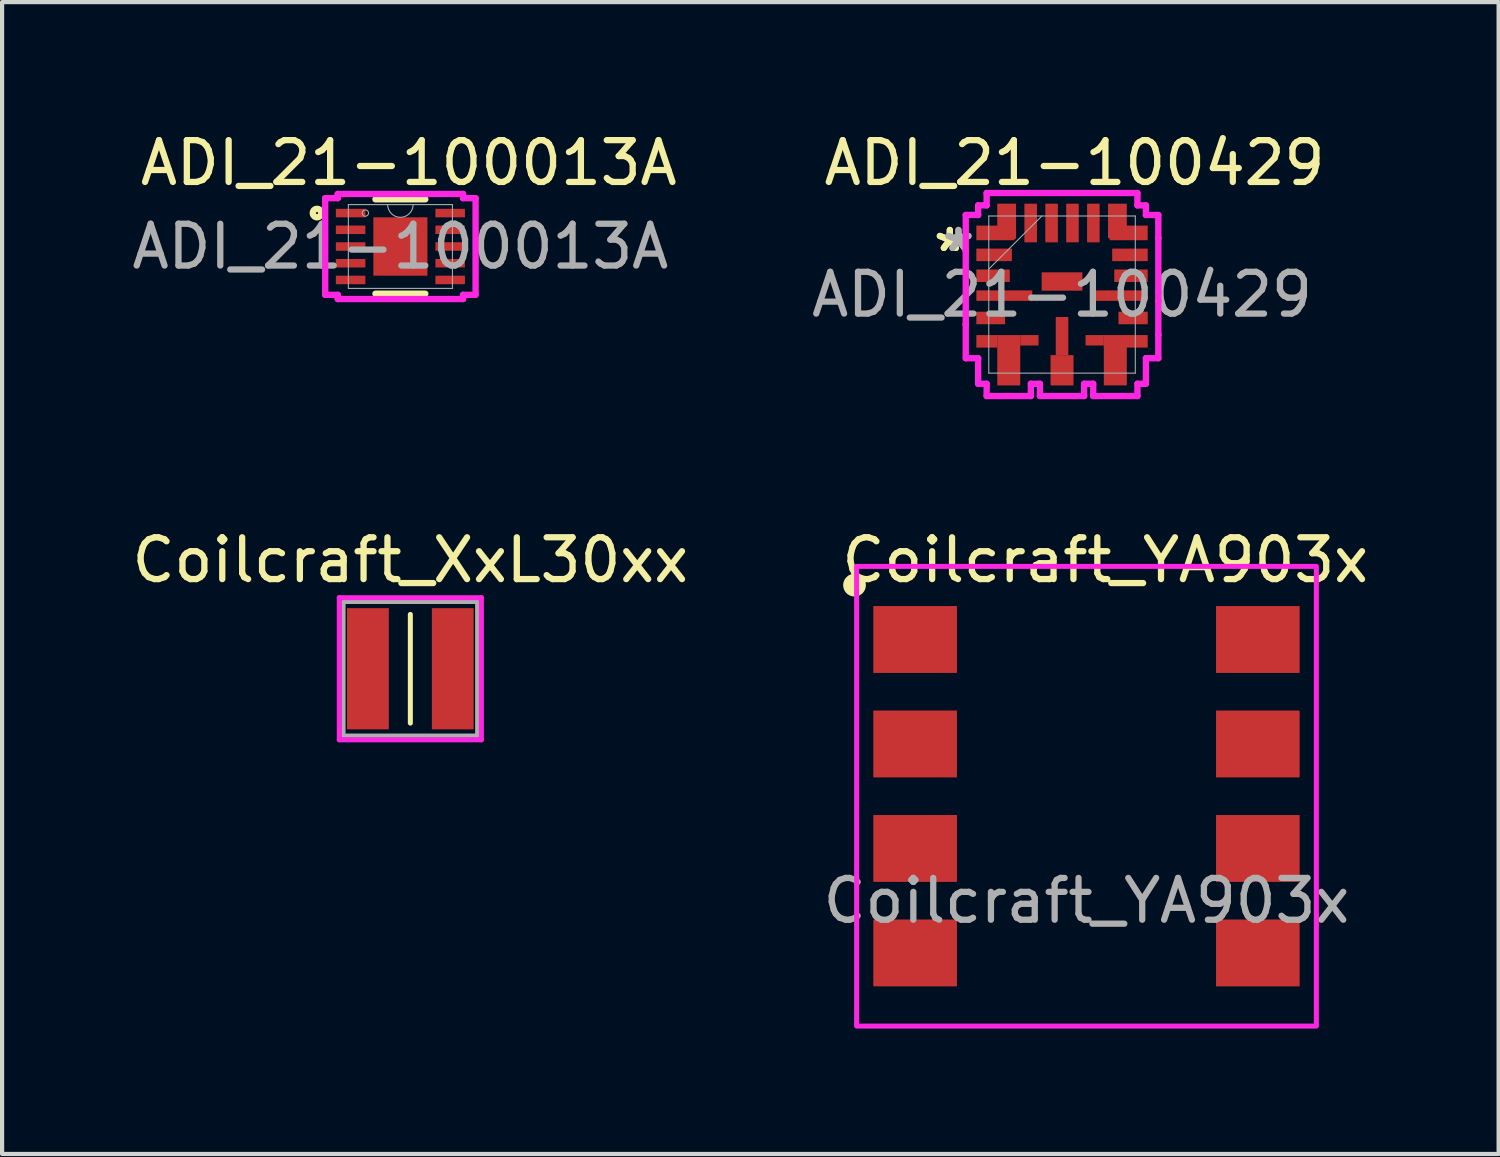
<source format=kicad_pcb>
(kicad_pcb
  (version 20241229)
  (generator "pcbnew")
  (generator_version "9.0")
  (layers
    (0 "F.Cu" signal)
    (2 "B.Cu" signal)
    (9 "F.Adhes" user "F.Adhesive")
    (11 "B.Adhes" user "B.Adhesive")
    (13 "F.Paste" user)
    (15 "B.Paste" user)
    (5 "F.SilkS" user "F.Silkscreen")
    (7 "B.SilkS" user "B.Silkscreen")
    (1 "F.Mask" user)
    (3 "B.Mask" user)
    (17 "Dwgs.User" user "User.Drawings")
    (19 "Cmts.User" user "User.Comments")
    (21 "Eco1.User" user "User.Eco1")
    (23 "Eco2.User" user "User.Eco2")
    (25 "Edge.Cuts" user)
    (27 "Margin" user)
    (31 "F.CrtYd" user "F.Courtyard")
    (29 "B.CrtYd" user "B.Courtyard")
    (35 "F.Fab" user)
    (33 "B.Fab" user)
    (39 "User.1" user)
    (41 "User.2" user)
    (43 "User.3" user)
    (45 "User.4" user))
  (footprint "ADI_21-100429"
    (layer "F.Cu")
    (at 22.361 3.998)
    (property "Reference" "ADI_21-100429" (at 0.3 -3.15 0) (unlocked yes) (layer "F.SilkS") (effects (font (size 1 1) (thickness 0.15))))
    (attr smd)
    (fp_line (start -2.304 -1.904) (end -2.304 -1.046) (stroke (width 0.152) (type solid)) (layer "F.CrtYd"))
    (fp_line (start -2.304 -1.046) (end -2.304 -1.046) (stroke (width 0.152) (type solid)) (layer "F.CrtYd"))
    (fp_line (start -2.304 -1.046) (end -2.304 0.715) (stroke (width 0.152) (type solid)) (layer "F.CrtYd"))
    (fp_line (start -2.304 0.715) (end -2.304 0.715) (stroke (width 0.152) (type solid)) (layer "F.CrtYd"))
    (fp_line (start -2.304 0.715) (end -2.304 1.523) (stroke (width 0.152) (type solid)) (layer "F.CrtYd"))
    (fp_line (start -2.304 1.523) (end -2.007 1.523) (stroke (width 0.152) (type solid)) (layer "F.CrtYd"))
    (fp_line (start -2.007 -2.134) (end -2.007 -1.904) (stroke (width 0.152) (type solid)) (layer "F.CrtYd"))
    (fp_line (start -2.007 -1.904) (end -2.304 -1.904) (stroke (width 0.152) (type solid)) (layer "F.CrtYd"))
    (fp_line (start -2.007 1.523) (end -2.007 2.134) (stroke (width 0.152) (type solid)) (layer "F.CrtYd"))
    (fp_line (start -2.007 2.134) (end -1.804 2.134) (stroke (width 0.152) (type solid)) (layer "F.CrtYd"))
    (fp_line (start -1.804 -2.429) (end -1.804 -2.134) (stroke (width 0.152) (type solid)) (layer "F.CrtYd"))
    (fp_line (start -1.804 -2.134) (end -2.007 -2.134) (stroke (width 0.152) (type solid)) (layer "F.CrtYd"))
    (fp_line (start -1.804 2.134) (end -1.804 2.428) (stroke (width 0.152) (type solid)) (layer "F.CrtYd"))
    (fp_line (start -1.804 2.428) (end -0.746 2.428) (stroke (width 0.152) (type solid)) (layer "F.CrtYd"))
    (fp_line (start -0.746 2.134) (end -0.529 2.134) (stroke (width 0.152) (type solid)) (layer "F.CrtYd"))
    (fp_line (start -0.746 2.428) (end -0.746 2.134) (stroke (width 0.152) (type solid)) (layer "F.CrtYd"))
    (fp_line (start -0.529 2.134) (end -0.529 2.428) (stroke (width 0.152) (type solid)) (layer "F.CrtYd"))
    (fp_line (start -0.529 2.428) (end 0.529 2.428) (stroke (width 0.152) (type solid)) (layer "F.CrtYd"))
    (fp_line (start 0.529 2.134) (end 0.746 2.134) (stroke (width 0.152) (type solid)) (layer "F.CrtYd"))
    (fp_line (start 0.529 2.428) (end 0.529 2.134) (stroke (width 0.152) (type solid)) (layer "F.CrtYd"))
    (fp_line (start 0.746 2.134) (end 0.746 2.428) (stroke (width 0.152) (type solid)) (layer "F.CrtYd"))
    (fp_line (start 0.746 2.428) (end 1.804 2.428) (stroke (width 0.152) (type solid)) (layer "F.CrtYd"))
    (fp_line (start 1.804 -2.429) (end -1.804 -2.429) (stroke (width 0.152) (type solid)) (layer "F.CrtYd"))
    (fp_line (start 1.804 -2.134) (end 1.804 -2.429) (stroke (width 0.152) (type solid)) (layer "F.CrtYd"))
    (fp_line (start 1.804 2.134) (end 2.007 2.134) (stroke (width 0.152) (type solid)) (layer "F.CrtYd"))
    (fp_line (start 1.804 2.428) (end 1.804 2.134) (stroke (width 0.152) (type solid)) (layer "F.CrtYd"))
    (fp_line (start 2.007 -2.134) (end 1.804 -2.134) (stroke (width 0.152) (type solid)) (layer "F.CrtYd"))
    (fp_line (start 2.007 -1.904) (end 2.007 -2.134) (stroke (width 0.152) (type solid)) (layer "F.CrtYd"))
    (fp_line (start 2.007 1.523) (end 2.304 1.523) (stroke (width 0.152) (type solid)) (layer "F.CrtYd"))
    (fp_line (start 2.007 2.134) (end 2.007 1.523) (stroke (width 0.152) (type solid)) (layer "F.CrtYd"))
    (fp_line (start 2.304 -1.904) (end 2.007 -1.904) (stroke (width 0.152) (type solid)) (layer "F.CrtYd"))
    (fp_line (start 2.304 -1.354) (end 2.304 -1.904) (stroke (width 0.152) (type solid)) (layer "F.CrtYd"))
    (fp_line (start 2.304 -1.354) (end 2.304 -1.354) (stroke (width 0.152) (type solid)) (layer "F.CrtYd"))
    (fp_line (start 2.304 -0.046) (end 2.304 -1.354) (stroke (width 0.152) (type solid)) (layer "F.CrtYd"))
    (fp_line (start 2.304 -0.046) (end 2.304 -0.046) (stroke (width 0.152) (type solid)) (layer "F.CrtYd"))
    (fp_line (start 2.304 0.156) (end 2.304 -0.046) (stroke (width 0.152) (type solid)) (layer "F.CrtYd"))
    (fp_line (start 2.304 0.156) (end 2.304 0.156) (stroke (width 0.152) (type solid)) (layer "F.CrtYd"))
    (fp_line (start 2.304 0.964) (end 2.304 0.156) (stroke (width 0.152) (type solid)) (layer "F.CrtYd"))
    (fp_line (start 2.304 0.964) (end 2.304 0.964) (stroke (width 0.152) (type solid)) (layer "F.CrtYd"))
    (fp_line (start 2.304 1.523) (end 2.304 0.964) (stroke (width 0.152) (type solid)) (layer "F.CrtYd"))
    (fp_line (start -1.753 -1.88) (end -1.753 1.88) (stroke (width 0.025) (type solid)) (layer "F.Fab"))
    (fp_line (start -1.753 -0.61) (end -0.483 -1.88) (stroke (width 0.025) (type solid)) (layer "F.Fab"))
    (fp_line (start -1.753 1.88) (end 1.753 1.88) (stroke (width 0.025) (type solid)) (layer "F.Fab"))
    (fp_line (start 1.753 -1.88) (end -1.753 -1.88) (stroke (width 0.025) (type solid)) (layer "F.Fab"))
    (fp_line (start 1.753 1.88) (end 1.753 -1.88) (stroke (width 0.025) (type solid)) (layer "F.Fab"))
    (fp_text user "*" (at -2.685 -1 0) (layer "F.SilkS") (effects (font (size 1 1) (thickness 0.15))))
    (fp_text user "*" (at -2.685 -1 0) (unlocked yes) (layer "F.SilkS") (effects (font (size 1 1) (thickness 0.15))))
    (fp_text user "*" (at -2.478 -1 0) (unlocked yes) (layer "F.Fab") (effects (font (size 1 1) (thickness 0.15))))
    (fp_text user "${REFERENCE}" (at 0 0 0) (unlocked yes) (layer "F.Fab") (effects (font (size 1 1) (thickness 0.15))))
    (fp_text user "*" (at -2.478 -1 0) (layer "F.Fab") (effects (font (size 1 1) (thickness 0.15))))
    (pad "1" smd rect (at -1.625 -0.95) (size 0.85 0.3) (layers "F.Cu" "F.Mask" "F.Paste"))
    (pad "2" smd rect (at -1.65 -0.45) (size 0.8 0.3) (layers "F.Cu" "F.Mask" "F.Paste"))
    (pad "3" smd rect (at -1.381 0.025) (size 1.337 0.25) (layers "F.Cu" "F.Mask" "F.Paste"))
    (pad "4" smd rect (at -1.706 0.56) (size 0.688 0.3) (layers "F.Cu" "F.Mask" "F.Paste"))
    (pad "5" smd rect (at -1.8 1.119) (size 0.5 0.3) (layers "F.Cu" "F.Mask" "F.Paste"))
    (pad "5" smd rect (at -1.275 1.572) (size 0.55 1.205) (layers "F.Cu" "F.Mask" "F.Paste"))
    (pad "5" smd rect (at -0.781 1.094) (size 0.438 0.25) (layers "F.Cu" "F.Mask" "F.Paste"))
    (pad "6" smd rect (at 0 0.993 90) (size 0.912 0.3) (layers "F.Cu" "F.Mask" "F.Paste"))
    (pad "6" smd rect (at 0 1.812 90) (size 0.725 0.55) (layers "F.Cu" "F.Mask" "F.Paste"))
    (pad "7" smd rect (at 0.781 1.094) (size 0.438 0.25) (layers "F.Cu" "F.Mask" "F.Paste"))
    (pad "7" smd rect (at 1.275 1.687) (size 0.55 0.974) (layers "F.Cu" "F.Mask" "F.Paste"))
    (pad "7" smd rect (at 1.525 1.119) (size 1.05 0.3) (layers "F.Cu" "F.Mask" "F.Paste"))
    (pad "8" smd rect (at 1.7 0.56) (size 0.7 0.3) (layers "F.Cu" "F.Mask" "F.Paste"))
    (pad "9" smd rect (at 1.381 0.025) (size 1.337 0.25) (layers "F.Cu" "F.Mask" "F.Paste"))
    (pad "10" smd rect (at 1.65 -0.45) (size 0.8 0.3) (layers "F.Cu" "F.Mask" "F.Paste"))
    (pad "11" smd rect (at 1.625 -0.95) (size 0.85 0.3) (layers "F.Cu" "F.Mask" "F.Paste"))
    (pad "12" smd rect (at 1.325 -1.762 90) (size 0.825 0.45) (layers "F.Cu" "F.Mask" "F.Paste"))
    (pad "12" smd rect (at 1.594 -1.475 90) (size 0.35 0.912) (layers "F.Cu" "F.Mask" "F.Paste"))
    (pad "13" smd rect (at 0.75 -1.712 90) (size 0.925 0.3) (layers "F.Cu" "F.Mask" "F.Paste"))
    (pad "14" smd rect (at 0.25 -1.712 90) (size 0.925 0.3) (layers "F.Cu" "F.Mask" "F.Paste"))
    (pad "15" smd rect (at -0.25 -1.712 90) (size 0.925 0.3) (layers "F.Cu" "F.Mask" "F.Paste"))
    (pad "16" smd rect (at -0.75 -1.712 90) (size 0.925 0.3) (layers "F.Cu" "F.Mask" "F.Paste"))
    (pad "17" smd rect (at -1.594 -1.475 90) (size 0.35 0.912) (layers "F.Cu" "F.Mask" "F.Paste"))
    (pad "17" smd rect (at -1.325 -1.756 90) (size 0.838 0.45) (layers "F.Cu" "F.Mask" "F.Paste"))
    (pad "18" smd rect (at 0 -0.312) (size 0.975 0.44) (layers "F.Cu" "F.Mask" "F.Paste")))
  (footprint "ADI_21-100013A"
    (layer "F.Cu")
    (at 6.53 2.848)
    (property "Reference" "ADI_21-100013A" (at 0.2 -2 0) (unlocked yes) (layer "F.SilkS") (effects (font (size 1 1) (thickness 0.15))))
    (attr smd)
    (fp_line (start -0.596 1.13) (end 0.596 1.13) (stroke (width 0.152) (type solid)) (layer "F.SilkS"))
    (fp_line (start 0.596 -1.13) (end -0.596 -1.13) (stroke (width 0.152) (type solid)) (layer "F.SilkS"))
    (fp_circle (center -1.995 -0.8) (end -1.894 -0.8) (stroke (width 0.152) (type solid)) (fill no) (layer "F.SilkS"))
    (fp_line (start -1.799 -1.156) (end -1.499 -1.156) (stroke (width 0.152) (type solid)) (layer "F.CrtYd"))
    (fp_line (start -1.799 1.156) (end -1.799 -1.156) (stroke (width 0.152) (type solid)) (layer "F.CrtYd"))
    (fp_line (start -1.799 1.156) (end -1.499 1.156) (stroke (width 0.152) (type solid)) (layer "F.CrtYd"))
    (fp_line (start -1.499 -1.257) (end 1.499 -1.257) (stroke (width 0.152) (type solid)) (layer "F.CrtYd"))
    (fp_line (start -1.499 -1.156) (end -1.499 -1.257) (stroke (width 0.152) (type solid)) (layer "F.CrtYd"))
    (fp_line (start -1.499 1.257) (end -1.499 1.156) (stroke (width 0.152) (type solid)) (layer "F.CrtYd"))
    (fp_line (start 1.499 -1.257) (end 1.499 -1.156) (stroke (width 0.152) (type solid)) (layer "F.CrtYd"))
    (fp_line (start 1.499 1.156) (end 1.499 1.257) (stroke (width 0.152) (type solid)) (layer "F.CrtYd"))
    (fp_line (start 1.499 1.257) (end -1.499 1.257) (stroke (width 0.152) (type solid)) (layer "F.CrtYd"))
    (fp_line (start 1.799 -1.156) (end 1.499 -1.156) (stroke (width 0.152) (type solid)) (layer "F.CrtYd"))
    (fp_line (start 1.799 -1.156) (end 1.799 1.156) (stroke (width 0.152) (type solid)) (layer "F.CrtYd"))
    (fp_line (start 1.799 1.156) (end 1.499 1.156) (stroke (width 0.152) (type solid)) (layer "F.CrtYd"))
    (fp_line (start -1.245 -1.003) (end -1.245 1.003) (stroke (width 0.025) (type solid)) (layer "F.Fab"))
    (fp_line (start -1.245 1.003) (end 1.245 1.003) (stroke (width 0.025) (type solid)) (layer "F.Fab"))
    (fp_line (start 1.245 -1.003) (end -1.245 -1.003) (stroke (width 0.025) (type solid)) (layer "F.Fab"))
    (fp_line (start 1.245 1.003) (end 1.245 -1.003) (stroke (width 0.025) (type solid)) (layer "F.Fab"))
    (fp_arc (start 0.3048 -1.0033) (mid 0 -0.6985) (end -0.3048 -1.0033) (stroke (width 0.0254) (type solid)) (layer "F.Fab"))
    (fp_circle (center -0.838 -0.8) (end -0.762 -0.8) (stroke (width 0.025) (type solid)) (fill no) (layer "F.Fab"))
    (fp_text user "${REFERENCE}" (at 0 0 0) (unlocked yes) (layer "F.Fab") (effects (font (size 1 1) (thickness 0.15))))
    (pad "1" smd rect (at -1.191 -0.8) (size 0.706 0.204) (layers "F.Cu" "F.Mask" "F.Paste"))
    (pad "2" smd rect (at -1.191 -0.4) (size 0.706 0.204) (layers "F.Cu" "F.Mask" "F.Paste"))
    (pad "3" smd rect (at -1.191 0) (size 0.706 0.204) (layers "F.Cu" "F.Mask" "F.Paste"))
    (pad "4" smd rect (at -1.191 0.4) (size 0.706 0.204) (layers "F.Cu" "F.Mask" "F.Paste"))
    (pad "5" smd rect (at -1.191 0.8) (size 0.706 0.204) (layers "F.Cu" "F.Mask" "F.Paste"))
    (pad "6" smd rect (at 1.191 0.8) (size 0.706 0.204) (layers "F.Cu" "F.Mask" "F.Paste"))
    (pad "7" smd rect (at 1.191 0.4) (size 0.706 0.204) (layers "F.Cu" "F.Mask" "F.Paste"))
    (pad "8" smd rect (at 1.191 0) (size 0.706 0.204) (layers "F.Cu" "F.Mask" "F.Paste"))
    (pad "9" smd rect (at 1.191 -0.4) (size 0.706 0.204) (layers "F.Cu" "F.Mask" "F.Paste"))
    (pad "10" smd rect (at 1.191 -0.8) (size 0.706 0.204) (layers "F.Cu" "F.Mask" "F.Paste"))
    (pad "11" smd rect (at 0 0) (size 1.295 1.397) (layers "F.Cu" "F.Mask" "F.Paste")))
  (footprint "Coilcraft_YA903x"
    (layer "F.Cu")
    (at 22.946 16.001)
    (property "Reference" "Coilcraft_YA903x" (at 0.45 -5.65 0) (unlocked yes) (layer "F.SilkS") (effects (font (size 1 1) (thickness 0.15))))
    (attr through_hole)
    (fp_circle (center -5.55 -5.05) (end -5.4 -4.9) (stroke (width 0.12) (type solid)) (fill yes) (layer "F.SilkS"))
    (fp_rect (start -5.5 -5.5) (end 5.5 5.5) (stroke (width 0.12) (type default)) (fill no) (layer "F.CrtYd"))
    (fp_text user "${REFERENCE}" (at 0 2.5 0) (unlocked yes) (layer "F.Fab") (effects (font (size 1 1) (thickness 0.15))))
    (pad "1" smd rect (at -4.1 -3.75) (size 2 1.6) (layers "F.Cu" "F.Mask" "F.Paste"))
    (pad "2" smd rect (at -4.1 -1.25) (size 2 1.6) (layers "F.Cu" "F.Mask" "F.Paste"))
    (pad "3" smd rect (at -4.1 1.25) (size 2 1.6) (layers "F.Cu" "F.Mask" "F.Paste"))
    (pad "4" smd rect (at -4.1 3.75) (size 2 1.6) (layers "F.Cu" "F.Mask" "F.Paste"))
    (pad "5" smd rect (at 4.1 3.75) (size 2 1.6) (layers "F.Cu" "F.Mask" "F.Paste"))
    (pad "6" smd rect (at 4.1 1.25) (size 2 1.6) (layers "F.Cu" "F.Mask" "F.Paste"))
    (pad "7" smd rect (at 4.1 -1.25) (size 2 1.6) (layers "F.Cu" "F.Mask" "F.Paste"))
    (pad "8" smd rect (at 4.1 -3.75) (size 2 1.6) (layers "F.Cu" "F.Mask" "F.Paste")))
  (footprint "Coilcraft_XxL30xx"
    (layer "F.Cu")
    (at 6.768 12.951)
    (property "Reference" "Coilcraft_XxL30xx" (at 0 -2.6 0) (unlocked yes) (layer "F.SilkS") (effects (font (size 1 1) (thickness 0.15))))
    (attr smd)
    (fp_line (start 0 -1.3) (end 0 1.3) (stroke (width 0.12) (type default)) (layer "F.SilkS"))
    (fp_line (start -1.7 -1.7) (end 1.7 -1.7) (stroke (width 0.12) (type default)) (layer "F.CrtYd"))
    (fp_line (start -1.7 1.7) (end -1.7 -1.7) (stroke (width 0.12) (type default)) (layer "F.CrtYd"))
    (fp_line (start 1.7 -1.7) (end 1.7 1.7) (stroke (width 0.12) (type default)) (layer "F.CrtYd"))
    (fp_line (start 1.7 1.7) (end -1.7 1.7) (stroke (width 0.12) (type default)) (layer "F.CrtYd"))
    (fp_line (start -1.6 -1.6) (end -1.6 1.6) (stroke (width 0.1) (type default)) (layer "F.Fab"))
    (fp_line (start -1.6 1.6) (end 1.6 1.6) (stroke (width 0.1) (type default)) (layer "F.Fab"))
    (fp_line (start 1.6 -1.6) (end -1.6 -1.6) (stroke (width 0.1) (type default)) (layer "F.Fab"))
    (fp_line (start 1.6 1.6) (end 1.6 -1.6) (stroke (width 0.1) (type default)) (layer "F.Fab"))
    (pad "1" smd rect (at 1.015 0) (size 1 2.9) (layers "F.Cu" "F.Mask" "F.Paste"))
    (pad "2" smd rect (at -1.015 0) (size 1 2.9) (layers "F.Cu" "F.Mask" "F.Paste")))
  (gr_rect
    (start -3 -3)
    (end 32.807 24.561)
    (stroke (width 0.1) (type default))
    (fill no)
    (layer "Edge.Cuts")))
</source>
